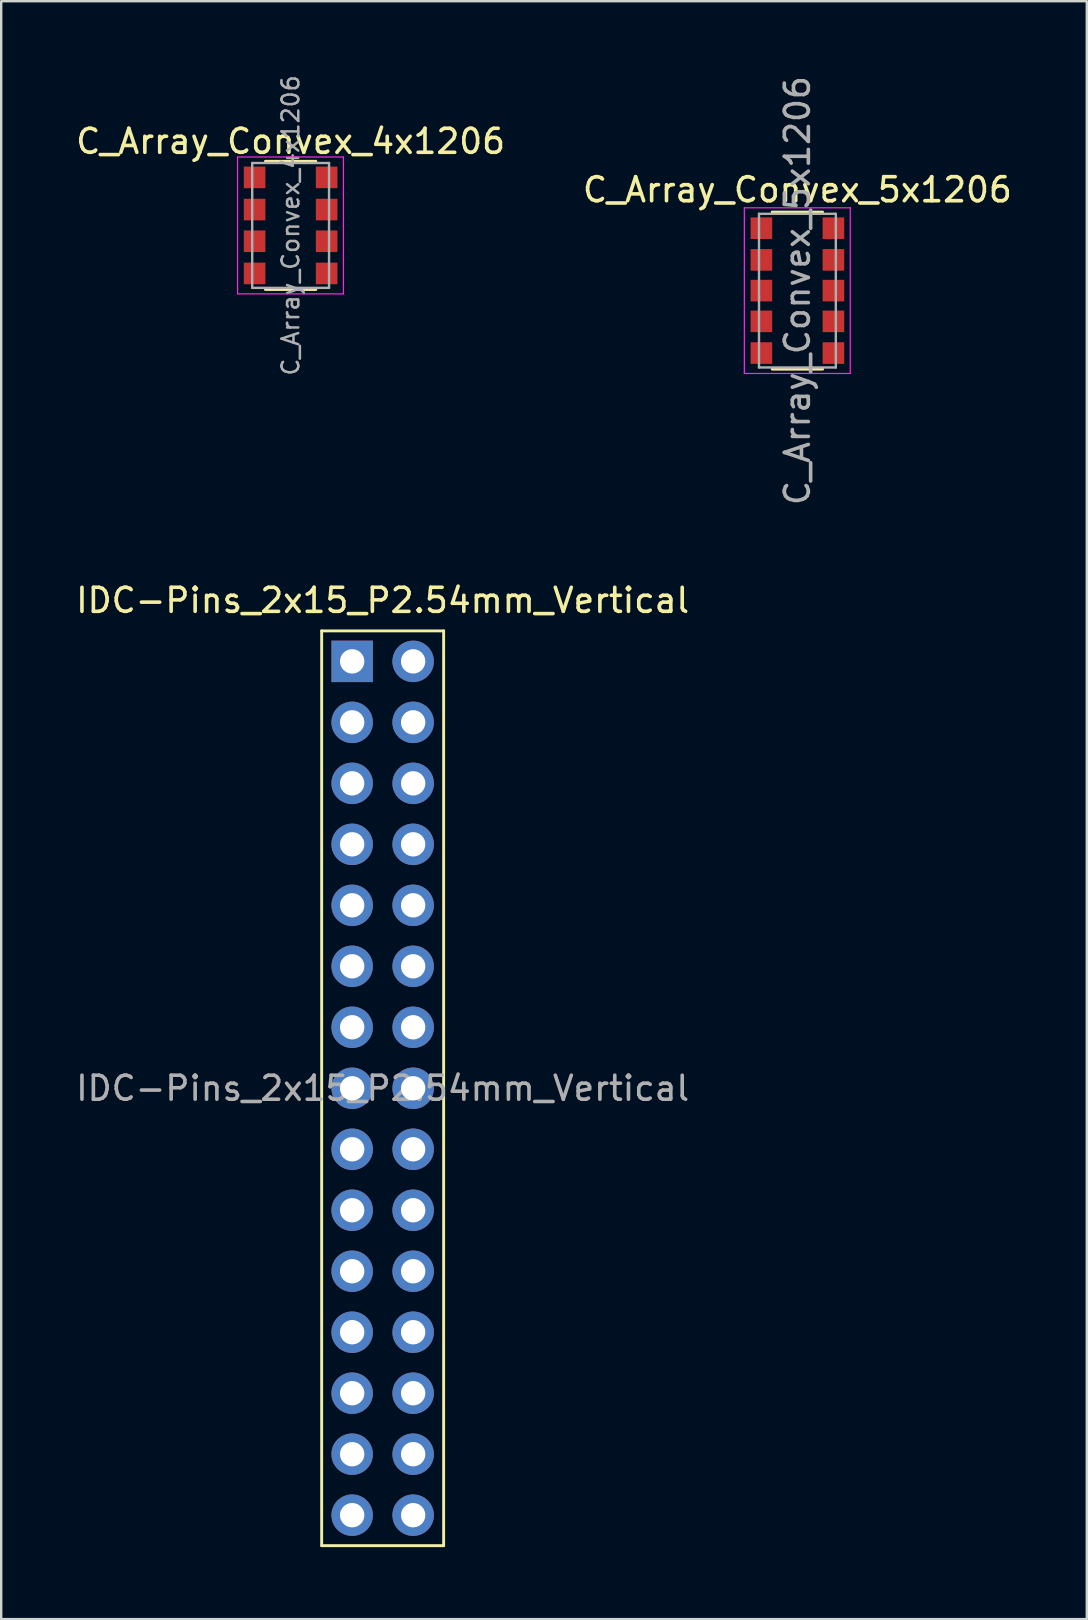
<source format=kicad_pcb>
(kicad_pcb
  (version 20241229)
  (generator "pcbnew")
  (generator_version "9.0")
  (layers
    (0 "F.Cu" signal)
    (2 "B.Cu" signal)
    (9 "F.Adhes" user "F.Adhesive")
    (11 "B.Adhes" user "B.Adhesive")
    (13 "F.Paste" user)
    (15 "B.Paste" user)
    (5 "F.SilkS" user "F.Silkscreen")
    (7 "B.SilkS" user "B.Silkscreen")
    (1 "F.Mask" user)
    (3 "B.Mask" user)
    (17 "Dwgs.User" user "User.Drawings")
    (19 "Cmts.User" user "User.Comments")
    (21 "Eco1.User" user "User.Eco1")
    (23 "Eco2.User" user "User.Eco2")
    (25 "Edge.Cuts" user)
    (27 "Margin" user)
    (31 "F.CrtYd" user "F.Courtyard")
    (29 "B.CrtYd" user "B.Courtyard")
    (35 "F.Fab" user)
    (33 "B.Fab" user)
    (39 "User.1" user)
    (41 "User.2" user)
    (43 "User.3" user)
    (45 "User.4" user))
  (footprint "C_Array_Convex_5x1206"
    (layer "F.Cu")
    (at 30.161 9.054)
    (property "Reference" "C_Array_Convex_5x1206" (at 0 -4.2 0) (layer "F.SilkS") (effects (font (size 1 1) (thickness 0.15))))
    (attr smd)
    (fp_line (start 1.05 -3.27) (end -1.05 -3.27) (stroke (width 0.12) (type solid)) (layer "F.SilkS"))
    (fp_line (start 1.05 3.27) (end -1.05 3.27) (stroke (width 0.12) (type solid)) (layer "F.SilkS"))
    (fp_line (start -2.21 -3.45) (end -2.21 3.45) (stroke (width 0.05) (type solid)) (layer "F.CrtYd"))
    (fp_line (start -2.21 -3.45) (end 2.2 -3.45) (stroke (width 0.05) (type solid)) (layer "F.CrtYd"))
    (fp_line (start 2.2 3.45) (end -2.21 3.45) (stroke (width 0.05) (type solid)) (layer "F.CrtYd"))
    (fp_line (start 2.2 3.45) (end 2.2 -3.45) (stroke (width 0.05) (type solid)) (layer "F.CrtYd"))
    (fp_line (start -1.6 -3.2) (end 1.6 -3.2) (stroke (width 0.1) (type solid)) (layer "F.Fab"))
    (fp_line (start -1.6 3.2) (end -1.6 -3.2) (stroke (width 0.1) (type solid)) (layer "F.Fab"))
    (fp_line (start 1.6 -3.2) (end 1.6 3.2) (stroke (width 0.1) (type solid)) (layer "F.Fab"))
    (fp_line (start 1.6 3.2) (end -1.6 3.2) (stroke (width 0.1) (type solid)) (layer "F.Fab"))
    (fp_text user "${REFERENCE}" (at 0 0 90) (layer "F.Fab") (effects (font (size 1 1) (thickness 0.15))))
    (pad "1" smd rect (at -1.5 -2.6) (size 0.9 0.9) (layers "F.Cu" "F.Mask" "F.Paste"))
    (pad "2" smd rect (at -1.5 -1.28) (size 0.9 0.9) (layers "F.Cu" "F.Mask" "F.Paste"))
    (pad "3" smd rect (at -1.5 0) (size 0.9 0.9) (layers "F.Cu" "F.Mask" "F.Paste"))
    (pad "4" smd rect (at -1.5 1.28) (size 0.9 0.9) (layers "F.Cu" "F.Mask" "F.Paste"))
    (pad "5" smd rect (at -1.5 2.6) (size 0.9 0.9) (layers "F.Cu" "F.Mask" "F.Paste"))
    (pad "6" smd rect (at 1.5 2.6) (size 0.9 0.9) (layers "F.Cu" "F.Mask" "F.Paste"))
    (pad "7" smd rect (at 1.5 1.28) (size 0.9 0.9) (layers "F.Cu" "F.Mask" "F.Paste"))
    (pad "8" smd rect (at 1.5 0) (size 0.9 0.9) (layers "F.Cu" "F.Mask" "F.Paste"))
    (pad "9" smd rect (at 1.5 -1.28) (size 0.9 0.9) (layers "F.Cu" "F.Mask" "F.Paste"))
    (pad "10" smd rect (at 1.5 -2.6) (size 0.9 0.9) (layers "F.Cu" "F.Mask" "F.Paste")))
  (footprint "C_Array_Convex_4x1206"
    (layer "F.Cu")
    (at 9.054 6.338)
    (property "Reference" "C_Array_Convex_4x1206" (at 0 -3.5 0) (layer "F.SilkS") (effects (font (size 1 1) (thickness 0.15))))
    (attr smd)
    (fp_line (start 1.05 -2.67) (end -1.05 -2.67) (stroke (width 0.12) (type solid)) (layer "F.SilkS"))
    (fp_line (start 1.05 2.67) (end -1.05 2.67) (stroke (width 0.12) (type solid)) (layer "F.SilkS"))
    (fp_line (start -2.21 -2.85) (end -2.21 2.85) (stroke (width 0.05) (type solid)) (layer "F.CrtYd"))
    (fp_line (start -2.21 -2.85) (end 2.2 -2.85) (stroke (width 0.05) (type solid)) (layer "F.CrtYd"))
    (fp_line (start 2.2 2.85) (end -2.21 2.85) (stroke (width 0.05) (type solid)) (layer "F.CrtYd"))
    (fp_line (start 2.2 2.85) (end 2.2 -2.85) (stroke (width 0.05) (type solid)) (layer "F.CrtYd"))
    (fp_line (start -1.6 -2.6) (end -1.6 2.6) (stroke (width 0.1) (type solid)) (layer "F.Fab"))
    (fp_line (start -1.6 2.6) (end 1.6 2.6) (stroke (width 0.1) (type solid)) (layer "F.Fab"))
    (fp_line (start 1.6 -2.6) (end -1.6 -2.6) (stroke (width 0.1) (type solid)) (layer "F.Fab"))
    (fp_line (start 1.6 2.6) (end 1.6 -2.6) (stroke (width 0.1) (type solid)) (layer "F.Fab"))
    (fp_text user "${REFERENCE}" (at 0 0 90) (layer "F.Fab") (effects (font (size 0.7 0.7) (thickness 0.105))))
    (pad "1" smd rect (at -1.5 -2) (size 0.9 0.9) (layers "F.Cu" "F.Mask" "F.Paste"))
    (pad "2" smd rect (at -1.5 -0.66) (size 0.9 0.9) (layers "F.Cu" "F.Mask" "F.Paste"))
    (pad "3" smd rect (at -1.5 0.66) (size 0.9 0.9) (layers "F.Cu" "F.Mask" "F.Paste"))
    (pad "4" smd rect (at -1.5 2) (size 0.9 0.9) (layers "F.Cu" "F.Mask" "F.Paste"))
    (pad "5" smd rect (at 1.5 2) (size 0.9 0.9) (layers "F.Cu" "F.Mask" "F.Paste"))
    (pad "6" smd rect (at 1.5 0.66) (size 0.9 0.9) (layers "F.Cu" "F.Mask" "F.Paste"))
    (pad "7" smd rect (at 1.5 -0.66) (size 0.9 0.9) (layers "F.Cu" "F.Mask" "F.Paste"))
    (pad "8" smd rect (at 1.5 -2) (size 0.9 0.9) (layers "F.Cu" "F.Mask" "F.Paste")))
  (footprint "IDC-Pins_2x15_P2.54mm_Vertical"
    (layer "F.Cu")
    (at 11.617 24.495)
    (property "Reference" "IDC-Pins_2x15_P2.54mm_Vertical" (at 1.27 -2.54 0) (layer "F.SilkS") (effects (font (size 1 1) (thickness 0.15))))
    (attr through_hole)
    (fp_line (start -1.27 -1.27) (end 3.81 -1.27) (stroke (width 0.12) (type solid)) (layer "F.SilkS"))
    (fp_line (start -1.27 36.83) (end -1.27 -1.27) (stroke (width 0.12) (type solid)) (layer "F.SilkS"))
    (fp_line (start 3.81 -1.27) (end 3.81 36.83) (stroke (width 0.12) (type solid)) (layer "F.SilkS"))
    (fp_line (start 3.81 36.83) (end -1.27 36.83) (stroke (width 0.12) (type solid)) (layer "F.SilkS"))
    (fp_text user "${REFERENCE}" (at 1.27 17.78 0) (layer "F.Fab") (effects (font (size 1 1) (thickness 0.15))))
    (pad "1" thru_hole rect (at 0 0) (size 1.727 1.727) (drill 1.016) (layers "*.Cu" "*.Mask"))
    (pad "2" thru_hole oval (at 2.54 0) (size 1.727 1.727) (drill 1.016) (layers "*.Cu" "*.Mask"))
    (pad "3" thru_hole oval (at 0 2.54) (size 1.727 1.727) (drill 1.016) (layers "*.Cu" "*.Mask"))
    (pad "4" thru_hole oval (at 2.54 2.54) (size 1.727 1.727) (drill 1.016) (layers "*.Cu" "*.Mask"))
    (pad "5" thru_hole oval (at 0 5.08) (size 1.727 1.727) (drill 1.016) (layers "*.Cu" "*.Mask"))
    (pad "6" thru_hole oval (at 2.54 5.08) (size 1.727 1.727) (drill 1.016) (layers "*.Cu" "*.Mask"))
    (pad "7" thru_hole oval (at 0 7.62) (size 1.727 1.727) (drill 1.016) (layers "*.Cu" "*.Mask"))
    (pad "8" thru_hole oval (at 2.54 7.62) (size 1.727 1.727) (drill 1.016) (layers "*.Cu" "*.Mask"))
    (pad "9" thru_hole oval (at 0 10.16) (size 1.727 1.727) (drill 1.016) (layers "*.Cu" "*.Mask"))
    (pad "10" thru_hole oval (at 2.54 10.16) (size 1.727 1.727) (drill 1.016) (layers "*.Cu" "*.Mask"))
    (pad "11" thru_hole oval (at 0 12.7) (size 1.727 1.727) (drill 1.016) (layers "*.Cu" "*.Mask"))
    (pad "12" thru_hole oval (at 2.54 12.7) (size 1.727 1.727) (drill 1.016) (layers "*.Cu" "*.Mask"))
    (pad "13" thru_hole oval (at 0 15.24) (size 1.727 1.727) (drill 1.016) (layers "*.Cu" "*.Mask"))
    (pad "14" thru_hole oval (at 2.54 15.24) (size 1.727 1.727) (drill 1.016) (layers "*.Cu" "*.Mask"))
    (pad "15" thru_hole oval (at 0 17.78) (size 1.727 1.727) (drill 1.016) (layers "*.Cu" "*.Mask"))
    (pad "16" thru_hole oval (at 2.54 17.78) (size 1.727 1.727) (drill 1.016) (layers "*.Cu" "*.Mask"))
    (pad "17" thru_hole oval (at 0 20.32) (size 1.727 1.727) (drill 1.016) (layers "*.Cu" "*.Mask"))
    (pad "18" thru_hole oval (at 2.54 20.32) (size 1.727 1.727) (drill 1.016) (layers "*.Cu" "*.Mask"))
    (pad "19" thru_hole oval (at 0 22.86) (size 1.727 1.727) (drill 1.016) (layers "*.Cu" "*.Mask"))
    (pad "20" thru_hole oval (at 2.54 22.86) (size 1.727 1.727) (drill 1.016) (layers "*.Cu" "*.Mask"))
    (pad "21" thru_hole oval (at 0 25.4) (size 1.727 1.727) (drill 1.016) (layers "*.Cu" "*.Mask"))
    (pad "22" thru_hole oval (at 2.54 25.4) (size 1.727 1.727) (drill 1.016) (layers "*.Cu" "*.Mask"))
    (pad "23" thru_hole oval (at 0 27.94) (size 1.727 1.727) (drill 1.016) (layers "*.Cu" "*.Mask"))
    (pad "24" thru_hole oval (at 2.54 27.94) (size 1.727 1.727) (drill 1.016) (layers "*.Cu" "*.Mask"))
    (pad "25" thru_hole oval (at 0 30.48) (size 1.727 1.727) (drill 1.016) (layers "*.Cu" "*.Mask"))
    (pad "26" thru_hole oval (at 2.54 30.48) (size 1.727 1.727) (drill 1.016) (layers "*.Cu" "*.Mask"))
    (pad "27" thru_hole oval (at 0 33.02) (size 1.727 1.727) (drill 1.016) (layers "*.Cu" "*.Mask"))
    (pad "28" thru_hole oval (at 2.54 33.02) (size 1.727 1.727) (drill 1.016) (layers "*.Cu" "*.Mask"))
    (pad "29" thru_hole oval (at 0 35.56) (size 1.727 1.727) (drill 1.016) (layers "*.Cu" "*.Mask"))
    (pad "30" thru_hole oval (at 2.54 35.56) (size 1.727 1.727) (drill 1.016) (layers "*.Cu" "*.Mask")))
  (gr_rect
    (start -3 -3)
    (end 42.214 64.385)
    (stroke (width 0.1) (type default))
    (fill no)
    (layer "Edge.Cuts")))
</source>
